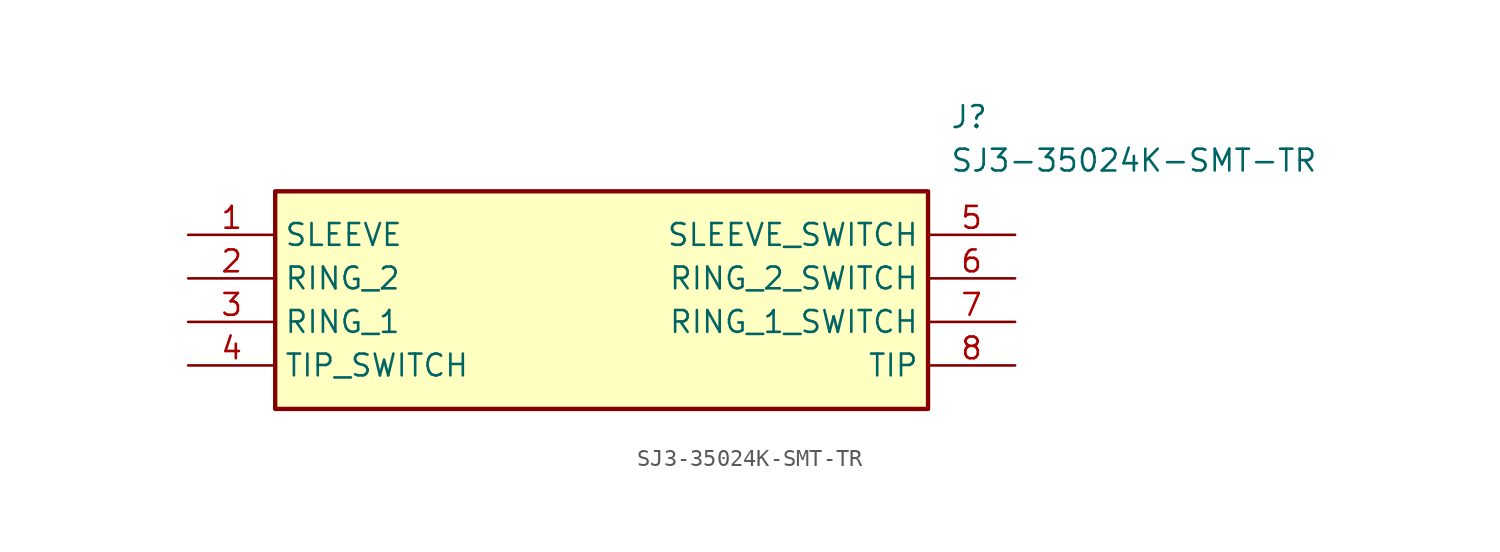
<source format=kicad_sym>
(kicad_symbol_lib
  (version 20211014)
  (generator SamacSys_ECAD_Model)
  (symbol "SJ3-35024K-SMT-TR"
    (property "Reference" "J"
      (at 44.45 7.62 0)
      (effects (font (size 1.27 1.27)) (justify left top)))
    (property "Value" "SJ3-35024K-SMT-TR"
      (at 44.45 5.08 0)
      (effects (font (size 1.27 1.27)) (justify left top)))
    (rectangle
      (start 5.08 2.54)
      (end 43.18 -10.16)
      (stroke (width 0.254) (type default))
      (fill (type background)))
    (pin passive line
      (at 0 0 0)
      (length 5.08)
      (name "SLEEVE" (effects (font (size 1.27 1.27))))
      (number "1" (effects (font (size 1.27 1.27)))))
    (pin passive line
      (at 0 -2.54 0)
      (length 5.08)
      (name "RING_2" (effects (font (size 1.27 1.27))))
      (number "2" (effects (font (size 1.27 1.27)))))
    (pin passive line
      (at 0 -5.08 0)
      (length 5.08)
      (name "RING_1" (effects (font (size 1.27 1.27))))
      (number "3" (effects (font (size 1.27 1.27)))))
    (pin passive line
      (at 0 -7.62 0)
      (length 5.08)
      (name "TIP_SWITCH" (effects (font (size 1.27 1.27))))
      (number "4" (effects (font (size 1.27 1.27)))))
    (pin passive line
      (at 48.26 0 180)
      (length 5.08)
      (name "SLEEVE_SWITCH" (effects (font (size 1.27 1.27))))
      (number "5" (effects (font (size 1.27 1.27)))))
    (pin passive line
      (at 48.26 -2.54 180)
      (length 5.08)
      (name "RING_2_SWITCH" (effects (font (size 1.27 1.27))))
      (number "6" (effects (font (size 1.27 1.27)))))
    (pin passive line
      (at 48.26 -5.08 180)
      (length 5.08)
      (name "RING_1_SWITCH" (effects (font (size 1.27 1.27))))
      (number "7" (effects (font (size 1.27 1.27)))))
    (pin passive line
      (at 48.26 -7.62 180)
      (length 5.08)
      (name "TIP" (effects (font (size 1.27 1.27))))
      (number "8" (effects (font (size 1.27 1.27)))))))
</source>
